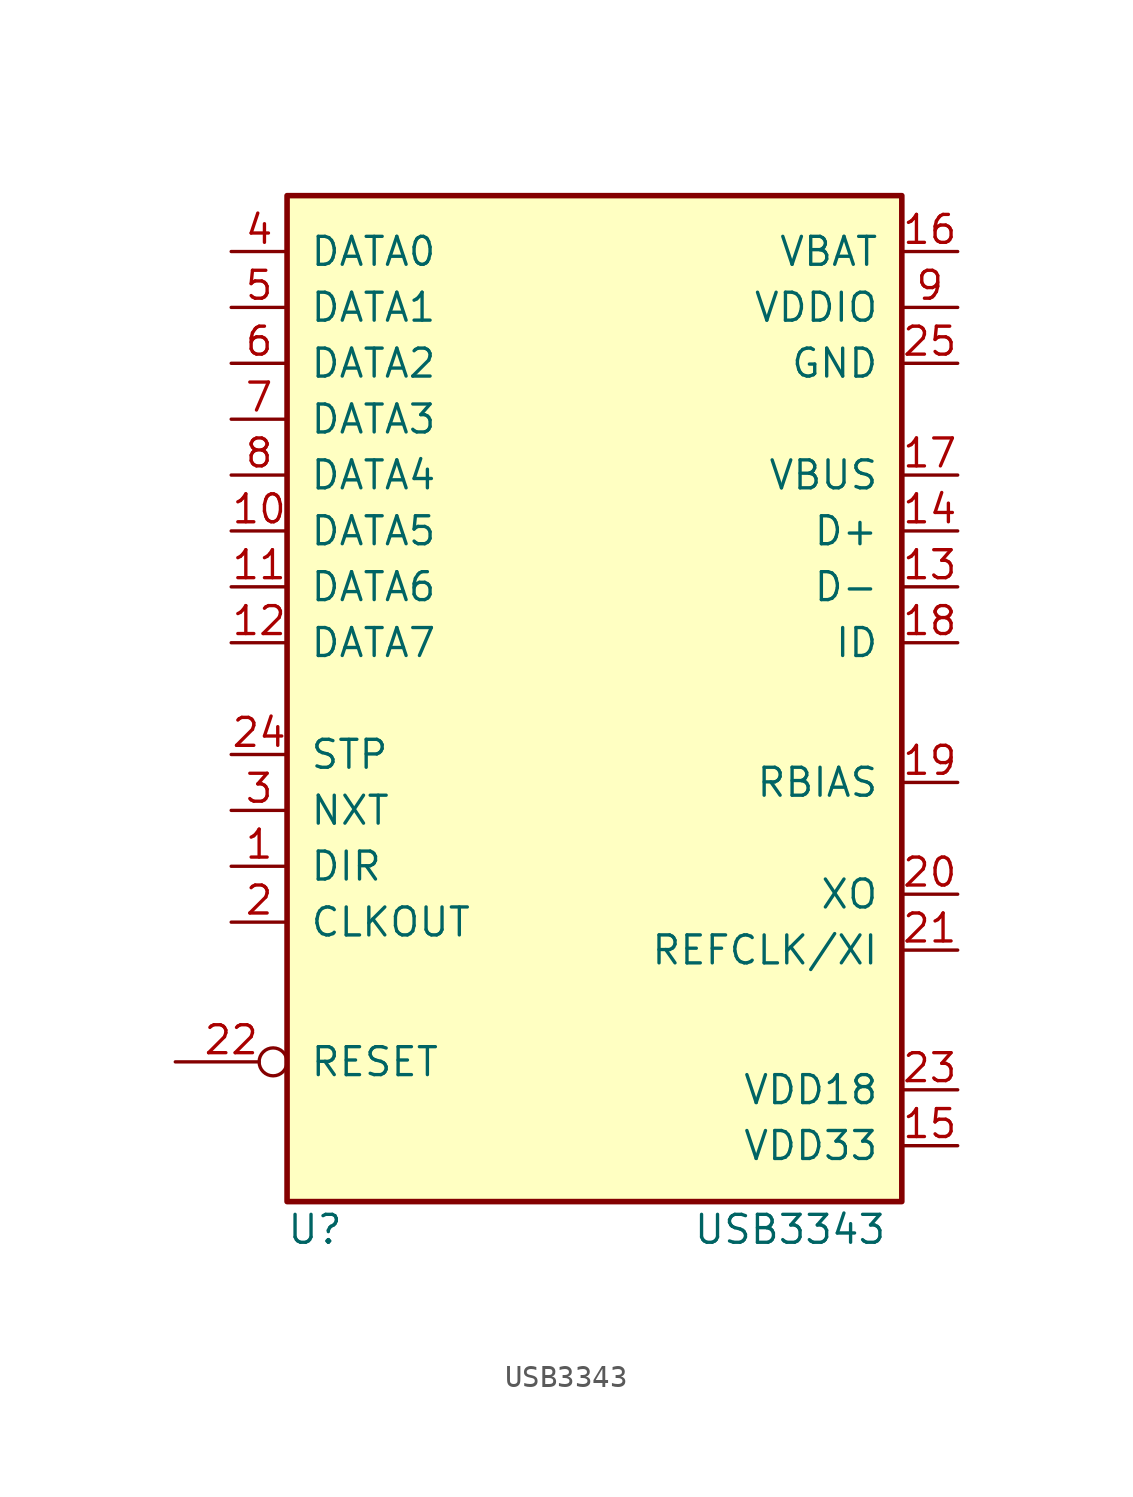
<source format=kicad_sym>
(kicad_symbol_lib
  (version 20220914)
  (generator kicad_symbol_editor)
  (symbol "USB3343"
    (pin_names
      (offset 1.016))
    (property "Reference" "U"
      (at 3.81 -46.99 0)
      (effects (font (size 1.27 1.27))))
    (property "Value" "USB3343"
      (at 25.4 -46.99 0)
      (effects (font (size 1.27 1.27))))
    (symbol "USB3343_1_1"
      (rectangle (start 2.54 0) (end 30.48 -45.72) (stroke (width 0.254) (type default)) (fill (type background)))
      (pin output line (at 0 -30.48 0) (length 2.54) (name "DIR" (effects (font (size 1.27 1.27)))) (number "1" (effects (font (size 1.27 1.27)))))
      (pin bidirectional line (at 0 -15.24 0) (length 2.54) (name "DATA5" (effects (font (size 1.27 1.27)))) (number "10" (effects (font (size 1.27 1.27)))))
      (pin bidirectional line (at 0 -17.78 0) (length 2.54) (name "DATA6" (effects (font (size 1.27 1.27)))) (number "11" (effects (font (size 1.27 1.27)))))
      (pin bidirectional line (at 0 -20.32 0) (length 2.54) (name "DATA7" (effects (font (size 1.27 1.27)))) (number "12" (effects (font (size 1.27 1.27)))))
      (pin bidirectional line (at 33.02 -17.78 180) (length 2.54) (name "D-" (effects (font (size 1.27 1.27)))) (number "13" (effects (font (size 1.27 1.27)))))
      (pin bidirectional line (at 33.02 -15.24 180) (length 2.54) (name "D+" (effects (font (size 1.27 1.27)))) (number "14" (effects (font (size 1.27 1.27)))))
      (pin power_out line (at 33.02 -43.18 180) (length 2.54) (name "VDD33" (effects (font (size 1.27 1.27)))) (number "15" (effects (font (size 1.27 1.27)))))
      (pin power_in line (at 33.02 -2.54 180) (length 2.54) (name "VBAT" (effects (font (size 1.27 1.27)))) (number "16" (effects (font (size 1.27 1.27)))))
      (pin bidirectional line (at 33.02 -12.7 180) (length 2.54) (name "VBUS" (effects (font (size 1.27 1.27)))) (number "17" (effects (font (size 1.27 1.27)))))
      (pin input line (at 33.02 -20.32 180) (length 2.54) (name "ID" (effects (font (size 1.27 1.27)))) (number "18" (effects (font (size 1.27 1.27)))))
      (pin input line (at 33.02 -26.67 180) (length 2.54) (name "RBIAS" (effects (font (size 1.27 1.27)))) (number "19" (effects (font (size 1.27 1.27)))))
      (pin passive line (at 0 -33.02 0) (length 2.54) (name "CLKOUT" (effects (font (size 1.27 1.27)))) (number "2" (effects (font (size 1.27 1.27)))))
      (pin output line (at 33.02 -31.75 180) (length 2.54) (name "XO" (effects (font (size 1.27 1.27)))) (number "20" (effects (font (size 1.27 1.27)))))
      (pin input line (at 33.02 -34.29 180) (length 2.54) (name "REFCLK/XI" (effects (font (size 1.27 1.27)))) (number "21" (effects (font (size 1.27 1.27)))))
      (pin input inverted (at -2.54 -39.37 0) (length 5.08) (name "RESET" (effects (font (size 1.27 1.27)))) (number "22" (effects (font (size 1.27 1.27)))))
      (pin power_out line (at 33.02 -40.64 180) (length 2.54) (name "VDD18" (effects (font (size 1.27 1.27)))) (number "23" (effects (font (size 1.27 1.27)))))
      (pin input line (at 0 -25.4 0) (length 2.54) (name "STP" (effects (font (size 1.27 1.27)))) (number "24" (effects (font (size 1.27 1.27)))))
      (pin power_in line (at 33.02 -7.62 180) (length 2.54) (name "GND" (effects (font (size 1.27 1.27)))) (number "25" (effects (font (size 1.27 1.27)))))
      (pin output line (at 0 -27.94 0) (length 2.54) (name "NXT" (effects (font (size 1.27 1.27)))) (number "3" (effects (font (size 1.27 1.27)))))
      (pin bidirectional line (at 0 -2.54 0) (length 2.54) (name "DATA0" (effects (font (size 1.27 1.27)))) (number "4" (effects (font (size 1.27 1.27)))))
      (pin bidirectional line (at 0 -5.08 0) (length 2.54) (name "DATA1" (effects (font (size 1.27 1.27)))) (number "5" (effects (font (size 1.27 1.27)))))
      (pin bidirectional line (at 0 -7.62 0) (length 2.54) (name "DATA2" (effects (font (size 1.27 1.27)))) (number "6" (effects (font (size 1.27 1.27)))))
      (pin bidirectional line (at 0 -10.16 0) (length 2.54) (name "DATA3" (effects (font (size 1.27 1.27)))) (number "7" (effects (font (size 1.27 1.27)))))
      (pin bidirectional line (at 0 -12.7 0) (length 2.54) (name "DATA4" (effects (font (size 1.27 1.27)))) (number "8" (effects (font (size 1.27 1.27)))))
      (pin power_in line (at 33.02 -5.08 180) (length 2.54) (name "VDDIO" (effects (font (size 1.27 1.27)))) (number "9" (effects (font (size 1.27 1.27))))))))
</source>
